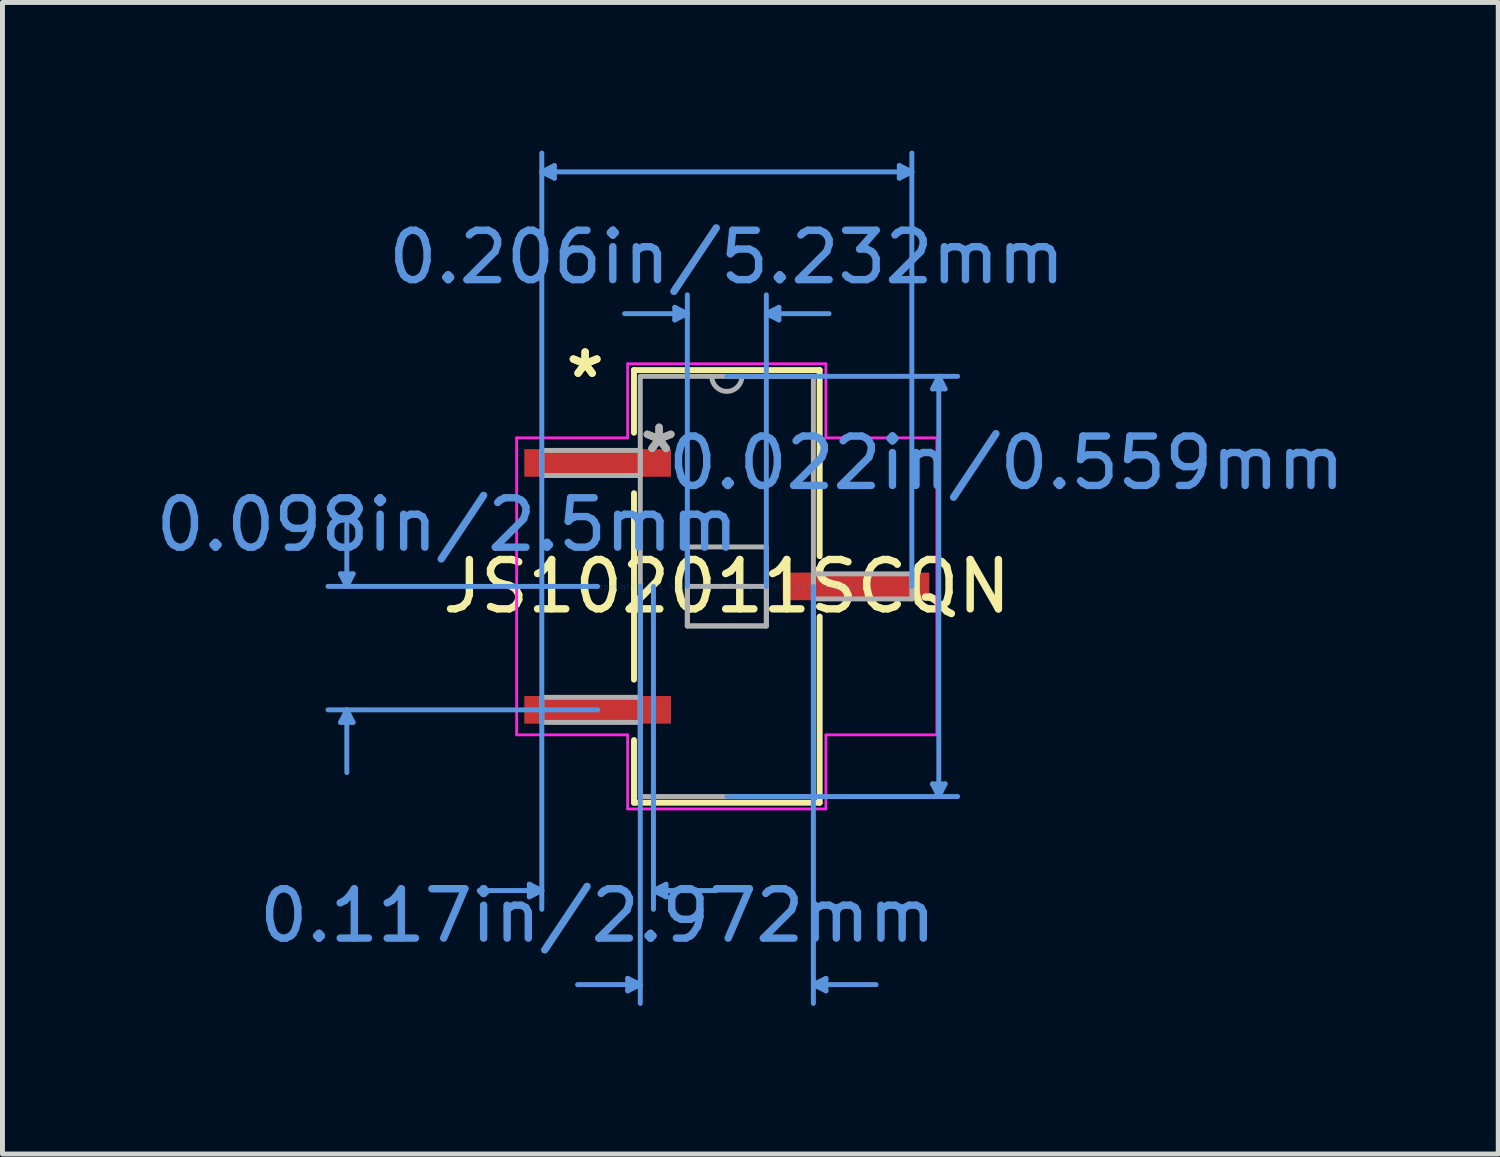
<source format=kicad_pcb>
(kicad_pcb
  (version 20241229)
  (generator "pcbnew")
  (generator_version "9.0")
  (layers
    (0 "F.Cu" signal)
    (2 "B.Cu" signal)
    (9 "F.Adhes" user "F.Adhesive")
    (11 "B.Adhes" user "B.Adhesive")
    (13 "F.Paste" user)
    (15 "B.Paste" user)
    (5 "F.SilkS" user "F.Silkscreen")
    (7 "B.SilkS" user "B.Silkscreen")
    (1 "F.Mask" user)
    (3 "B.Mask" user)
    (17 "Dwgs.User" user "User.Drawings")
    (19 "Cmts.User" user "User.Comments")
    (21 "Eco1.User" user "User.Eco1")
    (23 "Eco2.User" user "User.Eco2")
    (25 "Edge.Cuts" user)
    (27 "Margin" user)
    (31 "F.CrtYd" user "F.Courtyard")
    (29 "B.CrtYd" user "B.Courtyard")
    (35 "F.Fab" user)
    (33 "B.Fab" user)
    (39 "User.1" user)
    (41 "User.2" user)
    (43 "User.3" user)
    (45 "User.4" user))
  (footprint "JS102011SCQN"
    (layer "F.Cu")
    (at 11.67 8.826)
    (property "Reference" "JS102011SCQN" (at 0 0 0) (layer "F.SilkS") (effects (font (size 1 1) (thickness 0.15))))
    (attr through_hole)
    (fp_line (start -1.88 -4.381) (end -1.88 -3.112) (stroke (width 0.12) (type solid)) (layer "F.SilkS"))
    (fp_line (start -1.88 -1.888) (end -1.88 1.888) (stroke (width 0.12) (type solid)) (layer "F.SilkS"))
    (fp_line (start -1.88 3.112) (end -1.88 4.381) (stroke (width 0.12) (type solid)) (layer "F.SilkS"))
    (fp_line (start -1.88 4.381) (end 1.88 4.381) (stroke (width 0.12) (type solid)) (layer "F.SilkS"))
    (fp_line (start 1.88 -4.381) (end -1.88 -4.381) (stroke (width 0.12) (type solid)) (layer "F.SilkS"))
    (fp_line (start 1.88 -0.612) (end 1.88 -4.381) (stroke (width 0.12) (type solid)) (layer "F.SilkS"))
    (fp_line (start 1.88 4.381) (end 1.88 0.612) (stroke (width 0.12) (type solid)) (layer "F.SilkS"))
    (fp_line (start -7.823 -0.254) (end -7.569 -0.254) (stroke (width 0.1) (type solid)) (layer "Cmts.User"))
    (fp_line (start -7.823 2.754) (end -7.569 2.754) (stroke (width 0.1) (type solid)) (layer "Cmts.User"))
    (fp_line (start -7.696 0) (end -7.823 -0.254) (stroke (width 0.1) (type solid)) (layer "Cmts.User"))
    (fp_line (start -7.696 0) (end -7.696 -1.27) (stroke (width 0.1) (type solid)) (layer "Cmts.User"))
    (fp_line (start -7.696 0) (end -7.569 -0.254) (stroke (width 0.1) (type solid)) (layer "Cmts.User"))
    (fp_line (start -7.696 2.5) (end -7.823 2.754) (stroke (width 0.1) (type solid)) (layer "Cmts.User"))
    (fp_line (start -7.696 2.5) (end -7.696 3.77) (stroke (width 0.1) (type solid)) (layer "Cmts.User"))
    (fp_line (start -7.696 2.5) (end -7.569 2.754) (stroke (width 0.1) (type solid)) (layer "Cmts.User"))
    (fp_line (start -4 6.032) (end -4 6.287) (stroke (width 0.1) (type solid)) (layer "Cmts.User"))
    (fp_line (start -3.747 -8.395) (end -3.493 -8.522) (stroke (width 0.1) (type solid)) (layer "Cmts.User"))
    (fp_line (start -3.747 -8.395) (end -3.493 -8.268) (stroke (width 0.1) (type solid)) (layer "Cmts.User"))
    (fp_line (start -3.747 -8.395) (end 3.747 -8.395) (stroke (width 0.1) (type solid)) (layer "Cmts.User"))
    (fp_line (start -3.747 0) (end -3.747 -8.776) (stroke (width 0.1) (type solid)) (layer "Cmts.User"))
    (fp_line (start -3.747 0) (end -3.747 6.54) (stroke (width 0.1) (type solid)) (layer "Cmts.User"))
    (fp_line (start -3.747 6.16) (end -5.016 6.16) (stroke (width 0.1) (type solid)) (layer "Cmts.User"))
    (fp_line (start -3.747 6.16) (end -4 6.032) (stroke (width 0.1) (type solid)) (layer "Cmts.User"))
    (fp_line (start -3.747 6.16) (end -4 6.287) (stroke (width 0.1) (type solid)) (layer "Cmts.User"))
    (fp_line (start -3.493 -8.522) (end -3.493 -8.268) (stroke (width 0.1) (type solid)) (layer "Cmts.User"))
    (fp_line (start -2.616 0) (end -8.077 0) (stroke (width 0.1) (type solid)) (layer "Cmts.User"))
    (fp_line (start -2.616 2.5) (end -8.077 2.5) (stroke (width 0.1) (type solid)) (layer "Cmts.User"))
    (fp_line (start -2.007 7.938) (end -2.007 8.191) (stroke (width 0.1) (type solid)) (layer "Cmts.User"))
    (fp_line (start -1.753 0) (end -1.753 8.445) (stroke (width 0.1) (type solid)) (layer "Cmts.User"))
    (fp_line (start -1.753 8.065) (end -3.023 8.065) (stroke (width 0.1) (type solid)) (layer "Cmts.User"))
    (fp_line (start -1.753 8.065) (end -2.007 7.938) (stroke (width 0.1) (type solid)) (layer "Cmts.User"))
    (fp_line (start -1.753 8.065) (end -2.007 8.191) (stroke (width 0.1) (type solid)) (layer "Cmts.User"))
    (fp_line (start -1.486 0) (end -1.486 6.54) (stroke (width 0.1) (type solid)) (layer "Cmts.User"))
    (fp_line (start -1.486 6.16) (end -1.232 6.032) (stroke (width 0.1) (type solid)) (layer "Cmts.User"))
    (fp_line (start -1.486 6.16) (end -1.232 6.287) (stroke (width 0.1) (type solid)) (layer "Cmts.User"))
    (fp_line (start -1.486 6.16) (end -0.216 6.16) (stroke (width 0.1) (type solid)) (layer "Cmts.User"))
    (fp_line (start -1.232 6.032) (end -1.232 6.287) (stroke (width 0.1) (type solid)) (layer "Cmts.User"))
    (fp_line (start -1.054 -5.652) (end -1.054 -5.397) (stroke (width 0.1) (type solid)) (layer "Cmts.User"))
    (fp_line (start -0.8 -5.524) (end -2.07 -5.524) (stroke (width 0.1) (type solid)) (layer "Cmts.User"))
    (fp_line (start -0.8 -5.524) (end -1.054 -5.652) (stroke (width 0.1) (type solid)) (layer "Cmts.User"))
    (fp_line (start -0.8 -5.524) (end -1.054 -5.397) (stroke (width 0.1) (type solid)) (layer "Cmts.User"))
    (fp_line (start -0.8 0) (end -0.8 -5.905) (stroke (width 0.1) (type solid)) (layer "Cmts.User"))
    (fp_line (start 0 -4.255) (end 4.674 -4.255) (stroke (width 0.1) (type solid)) (layer "Cmts.User"))
    (fp_line (start 0 4.255) (end 4.674 4.255) (stroke (width 0.1) (type solid)) (layer "Cmts.User"))
    (fp_line (start 0.8 -5.524) (end 1.054 -5.652) (stroke (width 0.1) (type solid)) (layer "Cmts.User"))
    (fp_line (start 0.8 -5.524) (end 1.054 -5.397) (stroke (width 0.1) (type solid)) (layer "Cmts.User"))
    (fp_line (start 0.8 -5.524) (end 2.07 -5.524) (stroke (width 0.1) (type solid)) (layer "Cmts.User"))
    (fp_line (start 0.8 0) (end 0.8 -5.905) (stroke (width 0.1) (type solid)) (layer "Cmts.User"))
    (fp_line (start 1.054 -5.652) (end 1.054 -5.397) (stroke (width 0.1) (type solid)) (layer "Cmts.User"))
    (fp_line (start 1.753 0) (end 1.753 8.445) (stroke (width 0.1) (type solid)) (layer "Cmts.User"))
    (fp_line (start 1.753 8.065) (end 2.007 7.938) (stroke (width 0.1) (type solid)) (layer "Cmts.User"))
    (fp_line (start 1.753 8.065) (end 2.007 8.191) (stroke (width 0.1) (type solid)) (layer "Cmts.User"))
    (fp_line (start 1.753 8.065) (end 3.023 8.065) (stroke (width 0.1) (type solid)) (layer "Cmts.User"))
    (fp_line (start 2.007 7.938) (end 2.007 8.191) (stroke (width 0.1) (type solid)) (layer "Cmts.User"))
    (fp_line (start 3.493 -8.522) (end 3.493 -8.268) (stroke (width 0.1) (type solid)) (layer "Cmts.User"))
    (fp_line (start 3.747 -8.395) (end 3.493 -8.522) (stroke (width 0.1) (type solid)) (layer "Cmts.User"))
    (fp_line (start 3.747 -8.395) (end 3.493 -8.268) (stroke (width 0.1) (type solid)) (layer "Cmts.User"))
    (fp_line (start 3.747 0) (end 3.747 -8.776) (stroke (width 0.1) (type solid)) (layer "Cmts.User"))
    (fp_line (start 4.166 -4) (end 4.42 -4) (stroke (width 0.1) (type solid)) (layer "Cmts.User"))
    (fp_line (start 4.166 4) (end 4.42 4) (stroke (width 0.1) (type solid)) (layer "Cmts.User"))
    (fp_line (start 4.293 -4.255) (end 4.166 -4) (stroke (width 0.1) (type solid)) (layer "Cmts.User"))
    (fp_line (start 4.293 -4.255) (end 4.293 4.255) (stroke (width 0.1) (type solid)) (layer "Cmts.User"))
    (fp_line (start 4.293 -4.255) (end 4.42 -4) (stroke (width 0.1) (type solid)) (layer "Cmts.User"))
    (fp_line (start 4.293 4.255) (end 4.166 4) (stroke (width 0.1) (type solid)) (layer "Cmts.User"))
    (fp_line (start 4.293 4.255) (end 4.42 4) (stroke (width 0.1) (type solid)) (layer "Cmts.User"))
    (fp_line (start -4.255 -3.008) (end -2.007 -3.008) (stroke (width 0.05) (type solid)) (layer "F.CrtYd"))
    (fp_line (start -4.255 -3.008) (end -2.007 -3.008) (stroke (width 0.05) (type solid)) (layer "F.CrtYd"))
    (fp_line (start -4.255 3.008) (end -4.255 -3.008) (stroke (width 0.05) (type solid)) (layer "F.CrtYd"))
    (fp_line (start -4.255 3.008) (end -4.255 -3.008) (stroke (width 0.05) (type solid)) (layer "F.CrtYd"))
    (fp_line (start -2.007 -4.508) (end 2.007 -4.508) (stroke (width 0.05) (type solid)) (layer "F.CrtYd"))
    (fp_line (start -2.007 -4.508) (end 2.007 -4.508) (stroke (width 0.05) (type solid)) (layer "F.CrtYd"))
    (fp_line (start -2.007 -3.008) (end -2.007 -4.508) (stroke (width 0.05) (type solid)) (layer "F.CrtYd"))
    (fp_line (start -2.007 -3.008) (end -2.007 -4.508) (stroke (width 0.05) (type solid)) (layer "F.CrtYd"))
    (fp_line (start -2.007 3.008) (end -4.255 3.008) (stroke (width 0.05) (type solid)) (layer "F.CrtYd"))
    (fp_line (start -2.007 3.008) (end -4.255 3.008) (stroke (width 0.05) (type solid)) (layer "F.CrtYd"))
    (fp_line (start -2.007 4.508) (end -2.007 3.008) (stroke (width 0.05) (type solid)) (layer "F.CrtYd"))
    (fp_line (start -2.007 4.508) (end -2.007 3.008) (stroke (width 0.05) (type solid)) (layer "F.CrtYd"))
    (fp_line (start 2.007 -4.508) (end 2.007 -3.008) (stroke (width 0.05) (type solid)) (layer "F.CrtYd"))
    (fp_line (start 2.007 -4.508) (end 2.007 -3.008) (stroke (width 0.05) (type solid)) (layer "F.CrtYd"))
    (fp_line (start 2.007 -3.008) (end 4.255 -3.008) (stroke (width 0.05) (type solid)) (layer "F.CrtYd"))
    (fp_line (start 2.007 -3.008) (end 4.255 -3.008) (stroke (width 0.05) (type solid)) (layer "F.CrtYd"))
    (fp_line (start 2.007 3.008) (end 2.007 4.508) (stroke (width 0.05) (type solid)) (layer "F.CrtYd"))
    (fp_line (start 2.007 3.008) (end 2.007 4.508) (stroke (width 0.05) (type solid)) (layer "F.CrtYd"))
    (fp_line (start 2.007 4.508) (end -2.007 4.508) (stroke (width 0.05) (type solid)) (layer "F.CrtYd"))
    (fp_line (start 2.007 4.508) (end -2.007 4.508) (stroke (width 0.05) (type solid)) (layer "F.CrtYd"))
    (fp_line (start 4.255 -3.008) (end 4.255 3.008) (stroke (width 0.05) (type solid)) (layer "F.CrtYd"))
    (fp_line (start 4.255 -3.008) (end 4.255 3.008) (stroke (width 0.05) (type solid)) (layer "F.CrtYd"))
    (fp_line (start 4.255 3.008) (end 2.007 3.008) (stroke (width 0.05) (type solid)) (layer "F.CrtYd"))
    (fp_line (start 4.255 3.008) (end 2.007 3.008) (stroke (width 0.05) (type solid)) (layer "F.CrtYd"))
    (fp_line (start -3.747 -2.754) (end -3.747 -2.246) (stroke (width 0.1) (type solid)) (layer "F.Fab"))
    (fp_line (start -3.747 -2.246) (end -1.753 -2.246) (stroke (width 0.1) (type solid)) (layer "F.Fab"))
    (fp_line (start -3.747 2.246) (end -3.747 2.754) (stroke (width 0.1) (type solid)) (layer "F.Fab"))
    (fp_line (start -3.747 2.754) (end -1.753 2.754) (stroke (width 0.1) (type solid)) (layer "F.Fab"))
    (fp_line (start -1.753 -4.255) (end -1.753 4.255) (stroke (width 0.1) (type solid)) (layer "F.Fab"))
    (fp_line (start -1.753 -2.754) (end -3.747 -2.754) (stroke (width 0.1) (type solid)) (layer "F.Fab"))
    (fp_line (start -1.753 -2.246) (end -1.753 -2.754) (stroke (width 0.1) (type solid)) (layer "F.Fab"))
    (fp_line (start -1.753 2.246) (end -3.747 2.246) (stroke (width 0.1) (type solid)) (layer "F.Fab"))
    (fp_line (start -1.753 2.754) (end -1.753 2.246) (stroke (width 0.1) (type solid)) (layer "F.Fab"))
    (fp_line (start -1.753 4.255) (end 1.753 4.255) (stroke (width 0.1) (type solid)) (layer "F.Fab"))
    (fp_line (start -0.8 -0.8) (end 0.8 -0.8) (stroke (width 0.1) (type solid)) (layer "F.Fab"))
    (fp_line (start -0.8 0) (end 0.8 0) (stroke (width 0.1) (type solid)) (layer "F.Fab"))
    (fp_line (start -0.8 0.8) (end -0.8 -0.8) (stroke (width 0.1) (type solid)) (layer "F.Fab"))
    (fp_line (start -0.8 0.8) (end -0.8 0) (stroke (width 0.1) (type solid)) (layer "F.Fab"))
    (fp_line (start 0.8 -0.8) (end 0.8 0.8) (stroke (width 0.1) (type solid)) (layer "F.Fab"))
    (fp_line (start 0.8 0) (end 0.8 0.8) (stroke (width 0.1) (type solid)) (layer "F.Fab"))
    (fp_line (start 0.8 0.8) (end -0.8 0.8) (stroke (width 0.1) (type solid)) (layer "F.Fab"))
    (fp_line (start 0.8 0.8) (end -0.8 0.8) (stroke (width 0.1) (type solid)) (layer "F.Fab"))
    (fp_line (start 1.753 -4.255) (end -1.753 -4.255) (stroke (width 0.1) (type solid)) (layer "F.Fab"))
    (fp_line (start 1.753 -0.254) (end 1.753 0.254) (stroke (width 0.1) (type solid)) (layer "F.Fab"))
    (fp_line (start 1.753 0.254) (end 3.747 0.254) (stroke (width 0.1) (type solid)) (layer "F.Fab"))
    (fp_line (start 1.753 4.255) (end 1.753 -4.255) (stroke (width 0.1) (type solid)) (layer "F.Fab"))
    (fp_line (start 3.747 -0.254) (end 1.753 -0.254) (stroke (width 0.1) (type solid)) (layer "F.Fab"))
    (fp_line (start 3.747 0.254) (end 3.747 -0.254) (stroke (width 0.1) (type solid)) (layer "F.Fab"))
    (fp_arc (start 0.3048 -4.2545) (mid 0 -3.9497) (end -0.3048 -4.2545) (stroke (width 0.1) (type solid)) (layer "F.Fab"))
    (fp_text user "*" (at -2.87 -4.202 0) (layer "F.SilkS") (effects (font (size 1 1) (thickness 0.15))))
    (fp_text user "*" (at -2.87 -4.202 0) (layer "F.SilkS") (effects (font (size 1 1) (thickness 0.15))))
    (fp_text user "0.117in/2.972mm" (at -2.616 6.668 0) (layer "Cmts.User") (effects (font (size 1 1) (thickness 0.15))))
    (fp_text user "0.206in/5.232mm" (at 0 -6.668 0) (layer "Cmts.User") (effects (font (size 1 1) (thickness 0.15))))
    (fp_text user "0.098in/2.5mm" (at -5.664 -1.25 0) (layer "Cmts.User") (effects (font (size 1 1) (thickness 0.15))))
    (fp_text user "Copyright 2021 Accelerated Designs. All rights reserved." (at 0 0 0) (layer "Cmts.User") (effects (font (size 0.127 0.127) (thickness 0.002))))
    (fp_text user "0.022in/0.559mm" (at 5.664 -2.5 0) (layer "Cmts.User") (effects (font (size 1 1) (thickness 0.15))))
    (fp_text user "*" (at -1.372 -2.678 0) (layer "F.Fab") (effects (font (size 1 1) (thickness 0.15))))
    (fp_text user "*" (at -1.372 -2.678 0) (layer "F.Fab") (effects (font (size 1 1) (thickness 0.15))))
    (pad "1" smd rect (at -2.616 -2.5) (size 2.972 0.559) (layers "F.Cu" "F.Mask" "F.Paste"))
    (pad "2" smd rect (at 2.616 0) (size 2.972 0.559) (layers "F.Cu" "F.Mask" "F.Paste"))
    (pad "3" smd rect (at -2.616 2.5) (size 2.972 0.559) (layers "F.Cu" "F.Mask" "F.Paste")))
  (gr_rect
    (start -3 -3)
    (end 27.293 20.321)
    (stroke (width 0.1) (type default))
    (fill no)
    (layer "Edge.Cuts")))
</source>
